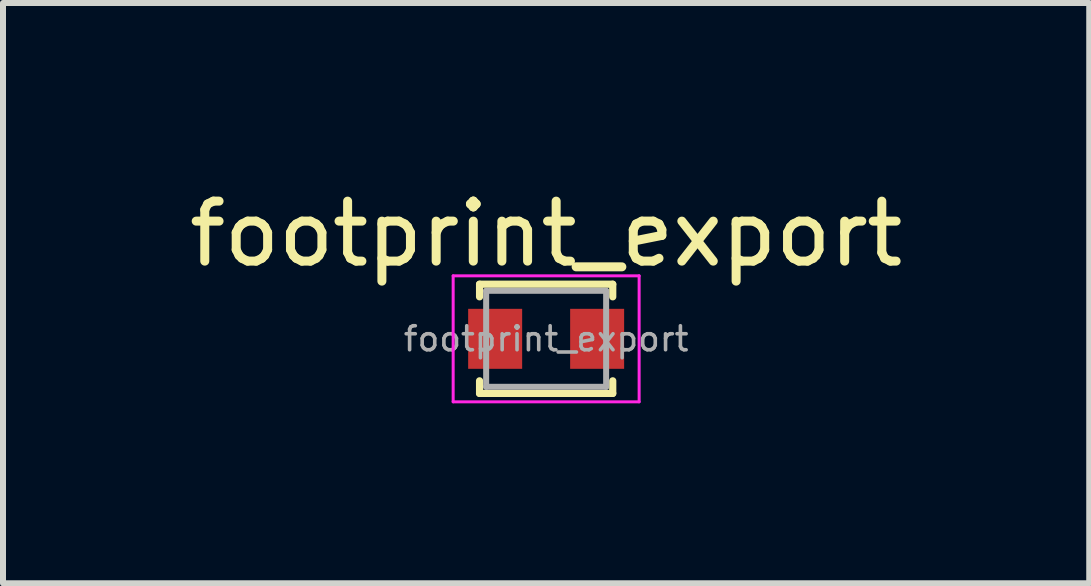
<source format=kicad_pcb>
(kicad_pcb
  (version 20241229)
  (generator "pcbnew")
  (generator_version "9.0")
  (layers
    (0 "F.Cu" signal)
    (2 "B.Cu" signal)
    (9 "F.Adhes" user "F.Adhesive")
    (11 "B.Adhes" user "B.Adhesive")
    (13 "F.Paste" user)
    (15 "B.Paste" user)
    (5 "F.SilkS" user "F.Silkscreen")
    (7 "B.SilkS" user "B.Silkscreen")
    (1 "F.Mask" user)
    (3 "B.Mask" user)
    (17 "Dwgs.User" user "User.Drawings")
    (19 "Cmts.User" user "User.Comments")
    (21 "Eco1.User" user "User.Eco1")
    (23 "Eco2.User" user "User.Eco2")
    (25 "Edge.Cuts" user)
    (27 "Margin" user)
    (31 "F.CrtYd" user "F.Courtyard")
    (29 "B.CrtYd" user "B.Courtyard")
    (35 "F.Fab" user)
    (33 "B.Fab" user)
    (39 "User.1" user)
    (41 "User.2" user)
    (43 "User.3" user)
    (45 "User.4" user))
  (footprint "footprint_export"
    (layer "F.Cu")
    (at 6.054 2.598)
    (property "Reference" "footprint_export" (at 0 -1.75 0) (layer "F.SilkS") (effects (font (size 1 1) (thickness 0.15))))
    (attr smd)
    (fp_line (start -1.11 -0.91) (end 1.11 -0.91) (stroke (width 0.12) (type solid)) (layer "F.SilkS"))
    (fp_line (start -1.11 -0.7) (end -1.11 -0.91) (stroke (width 0.12) (type solid)) (layer "F.SilkS"))
    (fp_line (start -1.11 0.91) (end -1.11 0.7) (stroke (width 0.12) (type solid)) (layer "F.SilkS"))
    (fp_line (start 1.11 -0.7) (end 1.11 -0.91) (stroke (width 0.12) (type solid)) (layer "F.SilkS"))
    (fp_line (start 1.11 0.7) (end 1.11 0.91) (stroke (width 0.12) (type solid)) (layer "F.SilkS"))
    (fp_line (start 1.11 0.91) (end -1.11 0.91) (stroke (width 0.12) (type solid)) (layer "F.SilkS"))
    (fp_line (start -1.55 -1.05) (end 1.55 -1.05) (stroke (width 0.05) (type solid)) (layer "F.CrtYd"))
    (fp_line (start -1.55 1.05) (end -1.55 -1.05) (stroke (width 0.05) (type solid)) (layer "F.CrtYd"))
    (fp_line (start 1.55 -1.05) (end 1.55 1.05) (stroke (width 0.05) (type solid)) (layer "F.CrtYd"))
    (fp_line (start 1.55 1.05) (end -1.55 1.05) (stroke (width 0.05) (type solid)) (layer "F.CrtYd"))
    (fp_line (start -1 -0.8) (end 1 -0.8) (stroke (width 0.1) (type solid)) (layer "F.Fab"))
    (fp_line (start -1 0.8) (end -1 -0.8) (stroke (width 0.1) (type solid)) (layer "F.Fab"))
    (fp_line (start 1 -0.8) (end 1 0.8) (stroke (width 0.1) (type solid)) (layer "F.Fab"))
    (fp_line (start 1 0.8) (end -1 0.8) (stroke (width 0.1) (type solid)) (layer "F.Fab"))
    (fp_text user "${REFERENCE}" (at 0 0 0) (layer "F.Fab") (effects (font (size 0.4 0.4) (thickness 0.06))))
    (pad "1" smd rect (at -0.85 0) (size 0.9 1) (layers "F.Cu" "F.Mask" "F.Paste"))
    (pad "2" smd rect (at 0.85 0) (size 0.9 1) (layers "F.Cu" "F.Mask" "F.Paste")))
  (gr_rect
    (start -3 -3)
    (end 15.107 6.673)
    (stroke (width 0.1) (type default))
    (fill no)
    (layer "Edge.Cuts")))
</source>
